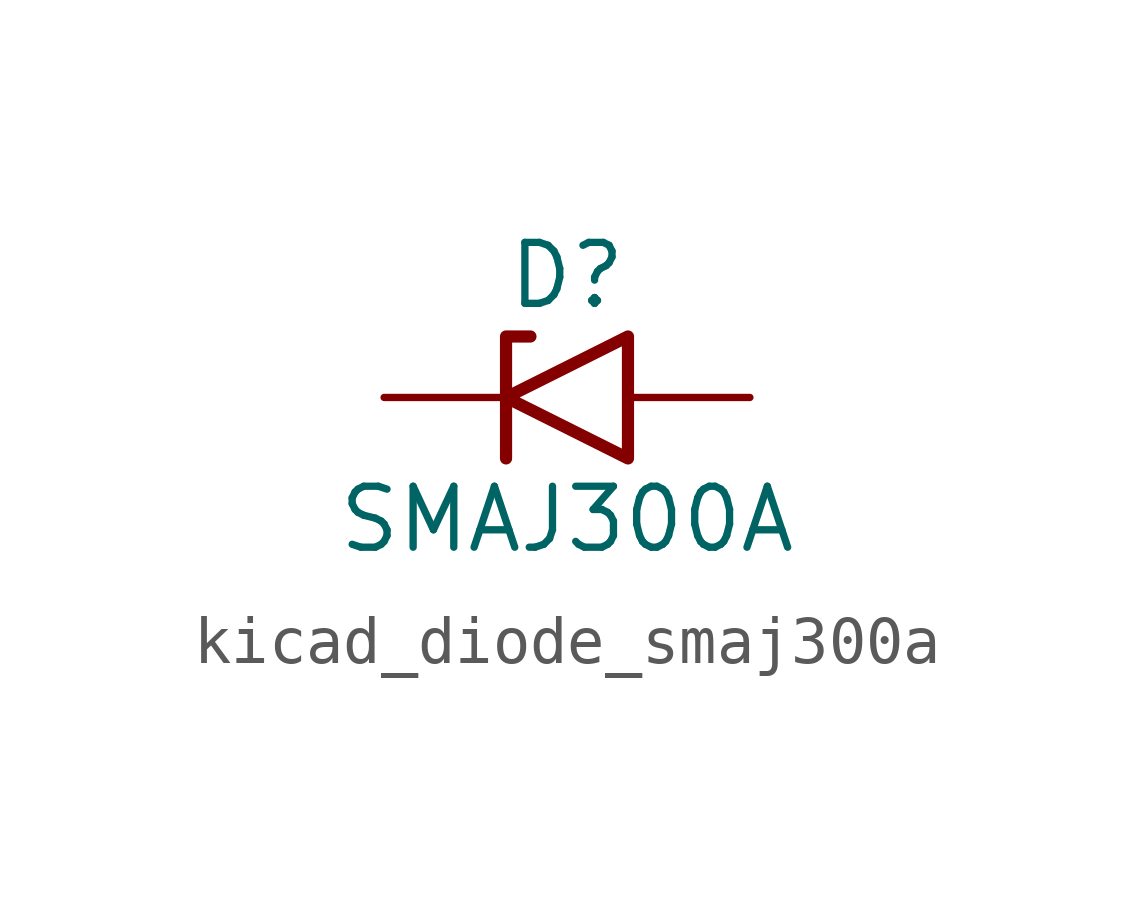
<source format=kicad_sym>
(kicad_symbol_lib
  (version 20220914)
  (generator kicad_symbol_editor)
  (symbol "kicad_diode_smaj300a"
    (pin_numbers hide)
    (pin_names
      (offset 1.016) hide)
    (property "Reference" "D"
      (at 0 2.54 0)
      (effects (font (size 1.27 1.27))))
    (property "Value" "SMAJ300A"
      (at 0 -2.54 0)
      (effects (font (size 1.27 1.27))))
    (symbol "kicad_diode_smaj300a_0_1"
      (polyline (pts (xy -0.762 1.27) (xy -1.27 1.27) (xy -1.27 -1.27)) (stroke (width 0.254) (type default)) (fill (type none)))
      (polyline (pts (xy 1.27 1.27) (xy 1.27 -1.27) (xy -1.27 0) (xy 1.27 1.27)) (stroke (width 0.254) (type default)) (fill (type none))))
    (symbol "kicad_diode_smaj300a_1_1"
      (pin passive line (at -3.81 0 0) (length 2.54) (name "A1" (effects (font (size 1.27 1.27)))) (number "1" (effects (font (size 1.27 1.27)))))
      (pin passive line (at 3.81 0 180) (length 2.54) (name "A2" (effects (font (size 1.27 1.27)))) (number "2" (effects (font (size 1.27 1.27))))))))
</source>
